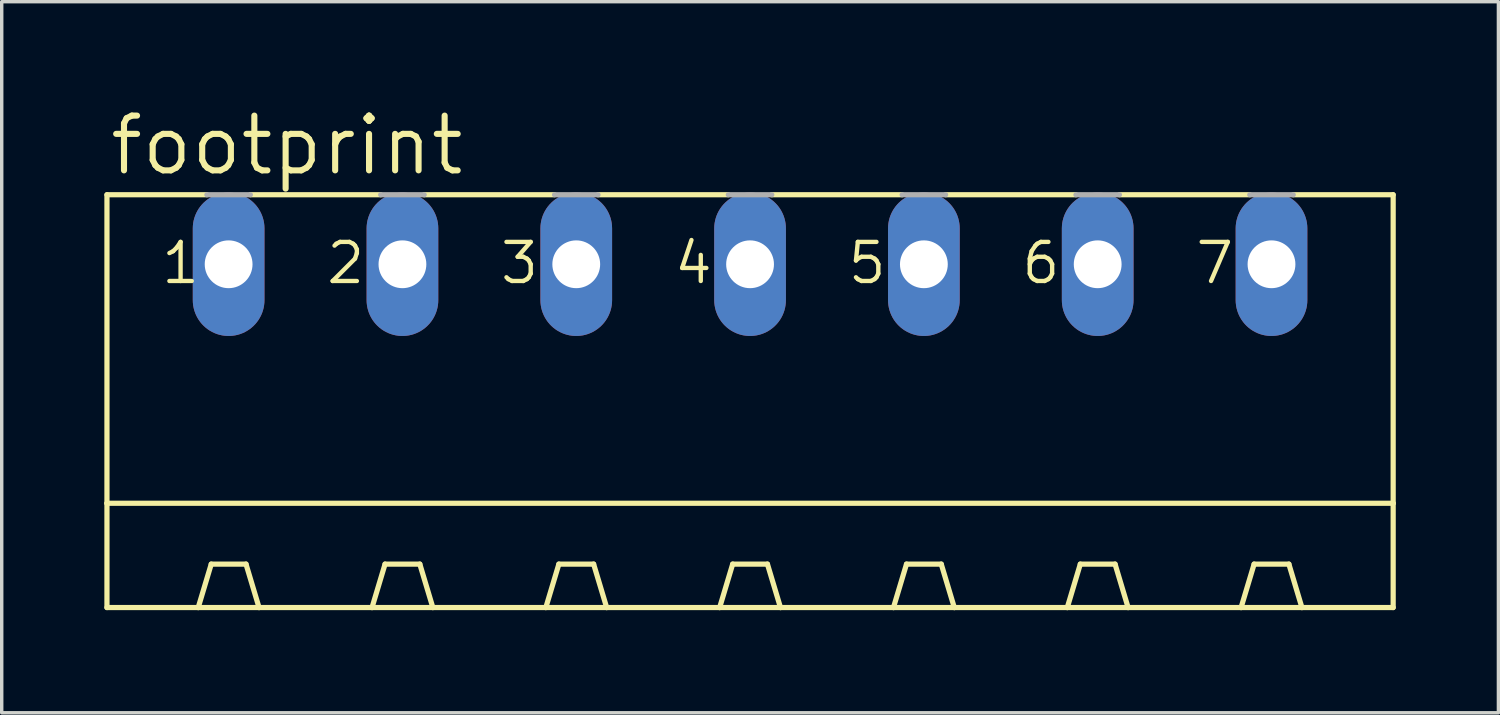
<source format=kicad_pcb>
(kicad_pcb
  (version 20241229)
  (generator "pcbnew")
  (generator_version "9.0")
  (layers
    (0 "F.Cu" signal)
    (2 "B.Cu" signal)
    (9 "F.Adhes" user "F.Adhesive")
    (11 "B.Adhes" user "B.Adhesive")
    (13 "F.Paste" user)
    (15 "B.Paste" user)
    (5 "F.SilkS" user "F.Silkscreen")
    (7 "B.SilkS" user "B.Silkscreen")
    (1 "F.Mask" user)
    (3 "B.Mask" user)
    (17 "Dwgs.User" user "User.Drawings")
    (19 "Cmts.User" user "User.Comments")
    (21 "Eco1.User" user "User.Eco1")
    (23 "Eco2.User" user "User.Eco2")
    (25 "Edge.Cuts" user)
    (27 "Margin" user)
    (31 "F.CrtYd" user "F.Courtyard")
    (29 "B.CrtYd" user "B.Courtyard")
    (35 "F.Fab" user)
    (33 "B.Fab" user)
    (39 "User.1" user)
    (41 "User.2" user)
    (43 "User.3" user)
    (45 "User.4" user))
  (footprint "footprint"
    (layer "F.Cu")
    (at 18.872 9.754)
    (property "Reference" "footprint" (at -18.796 -7.62 0) (layer "F.SilkS") (effects (font (size 1.6 1.6) (thickness 0.178)) (justify left bottom)))
    (fp_line (start -18.796 -7.112) (end -18.796 1.905) (stroke (width 0.152) (type solid)) (layer "F.SilkS"))
    (fp_line (start -18.796 -7.112) (end -15.875 -7.112) (stroke (width 0.152) (type solid)) (layer "F.SilkS"))
    (fp_line (start -18.796 1.905) (end -18.796 4.953) (stroke (width 0.152) (type solid)) (layer "F.SilkS"))
    (fp_line (start -18.796 1.905) (end 18.796 1.905) (stroke (width 0.152) (type solid)) (layer "F.SilkS"))
    (fp_line (start -18.796 4.953) (end -16.129 4.953) (stroke (width 0.152) (type solid)) (layer "F.SilkS"))
    (fp_line (start -16.129 4.953) (end -15.748 3.683) (stroke (width 0.152) (type solid)) (layer "F.SilkS"))
    (fp_line (start -16.129 4.953) (end -14.351 4.953) (stroke (width 0.152) (type solid)) (layer "F.SilkS"))
    (fp_line (start -14.732 3.683) (end -15.748 3.683) (stroke (width 0.152) (type solid)) (layer "F.SilkS"))
    (fp_line (start -14.605 -7.112) (end -10.795 -7.112) (stroke (width 0.152) (type solid)) (layer "F.SilkS"))
    (fp_line (start -14.351 4.953) (end -14.732 3.683) (stroke (width 0.152) (type solid)) (layer "F.SilkS"))
    (fp_line (start -14.351 4.953) (end -11.049 4.953) (stroke (width 0.152) (type solid)) (layer "F.SilkS"))
    (fp_line (start -11.049 4.953) (end -10.668 3.683) (stroke (width 0.152) (type solid)) (layer "F.SilkS"))
    (fp_line (start -11.049 4.953) (end -9.271 4.953) (stroke (width 0.152) (type solid)) (layer "F.SilkS"))
    (fp_line (start -10.668 3.683) (end -9.652 3.683) (stroke (width 0.152) (type solid)) (layer "F.SilkS"))
    (fp_line (start -9.525 -7.112) (end -5.715 -7.112) (stroke (width 0.152) (type solid)) (layer "F.SilkS"))
    (fp_line (start -9.271 4.953) (end -9.652 3.683) (stroke (width 0.152) (type solid)) (layer "F.SilkS"))
    (fp_line (start -9.271 4.953) (end -5.969 4.953) (stroke (width 0.152) (type solid)) (layer "F.SilkS"))
    (fp_line (start -5.969 4.953) (end -5.588 3.683) (stroke (width 0.152) (type solid)) (layer "F.SilkS"))
    (fp_line (start -5.969 4.953) (end -4.191 4.953) (stroke (width 0.152) (type solid)) (layer "F.SilkS"))
    (fp_line (start -5.588 3.683) (end -4.572 3.683) (stroke (width 0.152) (type solid)) (layer "F.SilkS"))
    (fp_line (start -4.445 -7.112) (end -0.635 -7.112) (stroke (width 0.152) (type solid)) (layer "F.SilkS"))
    (fp_line (start -4.191 4.953) (end -4.572 3.683) (stroke (width 0.152) (type solid)) (layer "F.SilkS"))
    (fp_line (start -4.191 4.953) (end -0.889 4.953) (stroke (width 0.152) (type solid)) (layer "F.SilkS"))
    (fp_line (start -0.889 4.953) (end -0.508 3.683) (stroke (width 0.152) (type solid)) (layer "F.SilkS"))
    (fp_line (start -0.889 4.953) (end 0.889 4.953) (stroke (width 0.152) (type solid)) (layer "F.SilkS"))
    (fp_line (start -0.508 3.683) (end 0.508 3.683) (stroke (width 0.152) (type solid)) (layer "F.SilkS"))
    (fp_line (start 0.635 -7.112) (end 4.445 -7.112) (stroke (width 0.152) (type solid)) (layer "F.SilkS"))
    (fp_line (start 0.889 4.953) (end 0.508 3.683) (stroke (width 0.152) (type solid)) (layer "F.SilkS"))
    (fp_line (start 0.889 4.953) (end 4.191 4.953) (stroke (width 0.152) (type solid)) (layer "F.SilkS"))
    (fp_line (start 4.191 4.953) (end 4.572 3.683) (stroke (width 0.152) (type solid)) (layer "F.SilkS"))
    (fp_line (start 4.191 4.953) (end 5.969 4.953) (stroke (width 0.152) (type solid)) (layer "F.SilkS"))
    (fp_line (start 4.572 3.683) (end 5.588 3.683) (stroke (width 0.152) (type solid)) (layer "F.SilkS"))
    (fp_line (start 5.715 -7.112) (end 9.525 -7.112) (stroke (width 0.152) (type solid)) (layer "F.SilkS"))
    (fp_line (start 5.969 4.953) (end 5.588 3.683) (stroke (width 0.152) (type solid)) (layer "F.SilkS"))
    (fp_line (start 5.969 4.953) (end 9.271 4.953) (stroke (width 0.152) (type solid)) (layer "F.SilkS"))
    (fp_line (start 9.271 4.953) (end 9.652 3.683) (stroke (width 0.152) (type solid)) (layer "F.SilkS"))
    (fp_line (start 9.271 4.953) (end 11.049 4.953) (stroke (width 0.152) (type solid)) (layer "F.SilkS"))
    (fp_line (start 9.652 3.683) (end 10.668 3.683) (stroke (width 0.152) (type solid)) (layer "F.SilkS"))
    (fp_line (start 10.795 -7.112) (end 14.605 -7.112) (stroke (width 0.152) (type solid)) (layer "F.SilkS"))
    (fp_line (start 11.049 4.953) (end 10.668 3.683) (stroke (width 0.152) (type solid)) (layer "F.SilkS"))
    (fp_line (start 11.049 4.953) (end 14.351 4.953) (stroke (width 0.152) (type solid)) (layer "F.SilkS"))
    (fp_line (start 14.351 4.953) (end 14.732 3.683) (stroke (width 0.152) (type solid)) (layer "F.SilkS"))
    (fp_line (start 14.351 4.953) (end 16.129 4.953) (stroke (width 0.152) (type solid)) (layer "F.SilkS"))
    (fp_line (start 14.732 3.683) (end 15.748 3.683) (stroke (width 0.152) (type solid)) (layer "F.SilkS"))
    (fp_line (start 15.875 -7.112) (end 18.796 -7.112) (stroke (width 0.152) (type solid)) (layer "F.SilkS"))
    (fp_line (start 16.129 4.953) (end 15.748 3.683) (stroke (width 0.152) (type solid)) (layer "F.SilkS"))
    (fp_line (start 16.129 4.953) (end 18.796 4.953) (stroke (width 0.152) (type solid)) (layer "F.SilkS"))
    (fp_line (start 18.796 -7.112) (end 18.796 1.905) (stroke (width 0.152) (type solid)) (layer "F.SilkS"))
    (fp_line (start 18.796 1.905) (end 18.796 4.953) (stroke (width 0.152) (type solid)) (layer "F.SilkS"))
    (fp_line (start -15.875 -7.112) (end -14.605 -7.112) (stroke (width 0.152) (type solid)) (layer "F.Fab"))
    (fp_line (start -10.795 -7.112) (end -9.525 -7.112) (stroke (width 0.152) (type solid)) (layer "F.Fab"))
    (fp_line (start -5.715 -7.112) (end -4.445 -7.112) (stroke (width 0.152) (type solid)) (layer "F.Fab"))
    (fp_line (start -0.635 -7.112) (end 0.635 -7.112) (stroke (width 0.152) (type solid)) (layer "F.Fab"))
    (fp_line (start 4.445 -7.112) (end 5.715 -7.112) (stroke (width 0.152) (type solid)) (layer "F.Fab"))
    (fp_line (start 9.525 -7.112) (end 10.795 -7.112) (stroke (width 0.152) (type solid)) (layer "F.Fab"))
    (fp_line (start 14.605 -7.112) (end 15.875 -7.112) (stroke (width 0.152) (type solid)) (layer "F.Fab"))
    (fp_text user "2" (at -12.446 -4.445 0) (layer "F.SilkS") (effects (font (size 1.143 1.143) (thickness 0.127)) (justify left bottom)))
    (fp_text user "4" (at -2.286 -4.445 0) (layer "F.SilkS") (effects (font (size 1.143 1.143) (thickness 0.127)) (justify left bottom)))
    (fp_text user "7" (at 12.954 -4.445 0) (layer "F.SilkS") (effects (font (size 1.143 1.143) (thickness 0.127)) (justify left bottom)))
    (fp_text user "3" (at -7.366 -4.445 0) (layer "F.SilkS") (effects (font (size 1.143 1.143) (thickness 0.127)) (justify left bottom)))
    (fp_text user "1" (at -17.272 -4.445 0) (layer "F.SilkS") (effects (font (size 1.143 1.143) (thickness 0.127)) (justify left bottom)))
    (fp_text user "6" (at 7.874 -4.445 0) (layer "F.SilkS") (effects (font (size 1.143 1.143) (thickness 0.127)) (justify left bottom)))
    (fp_text user "5" (at 2.794 -4.445 0) (layer "F.SilkS") (effects (font (size 1.143 1.143) (thickness 0.127)) (justify left bottom)))
    (pad "1" thru_hole oval (at -15.24 -5.08 90) (size 4.191 2.095) (drill 1.397) (layers "*.Cu" "*.Mask"))
    (pad "2" thru_hole oval (at -10.16 -5.08 90) (size 4.191 2.095) (drill 1.397) (layers "*.Cu" "*.Mask"))
    (pad "3" thru_hole oval (at -5.08 -5.08 90) (size 4.191 2.095) (drill 1.397) (layers "*.Cu" "*.Mask"))
    (pad "4" thru_hole oval (at 0 -5.08 90) (size 4.191 2.095) (drill 1.397) (layers "*.Cu" "*.Mask"))
    (pad "5" thru_hole oval (at 5.08 -5.08 90) (size 4.191 2.095) (drill 1.397) (layers "*.Cu" "*.Mask"))
    (pad "6" thru_hole oval (at 10.16 -5.08 90) (size 4.191 2.095) (drill 1.397) (layers "*.Cu" "*.Mask"))
    (pad "7" thru_hole oval (at 15.24 -5.08 90) (size 4.191 2.095) (drill 1.397) (layers "*.Cu" "*.Mask")))
  (gr_rect
    (start -3 -3)
    (end 40.744 17.783)
    (stroke (width 0.1) (type default))
    (fill no)
    (layer "Edge.Cuts")))
</source>
